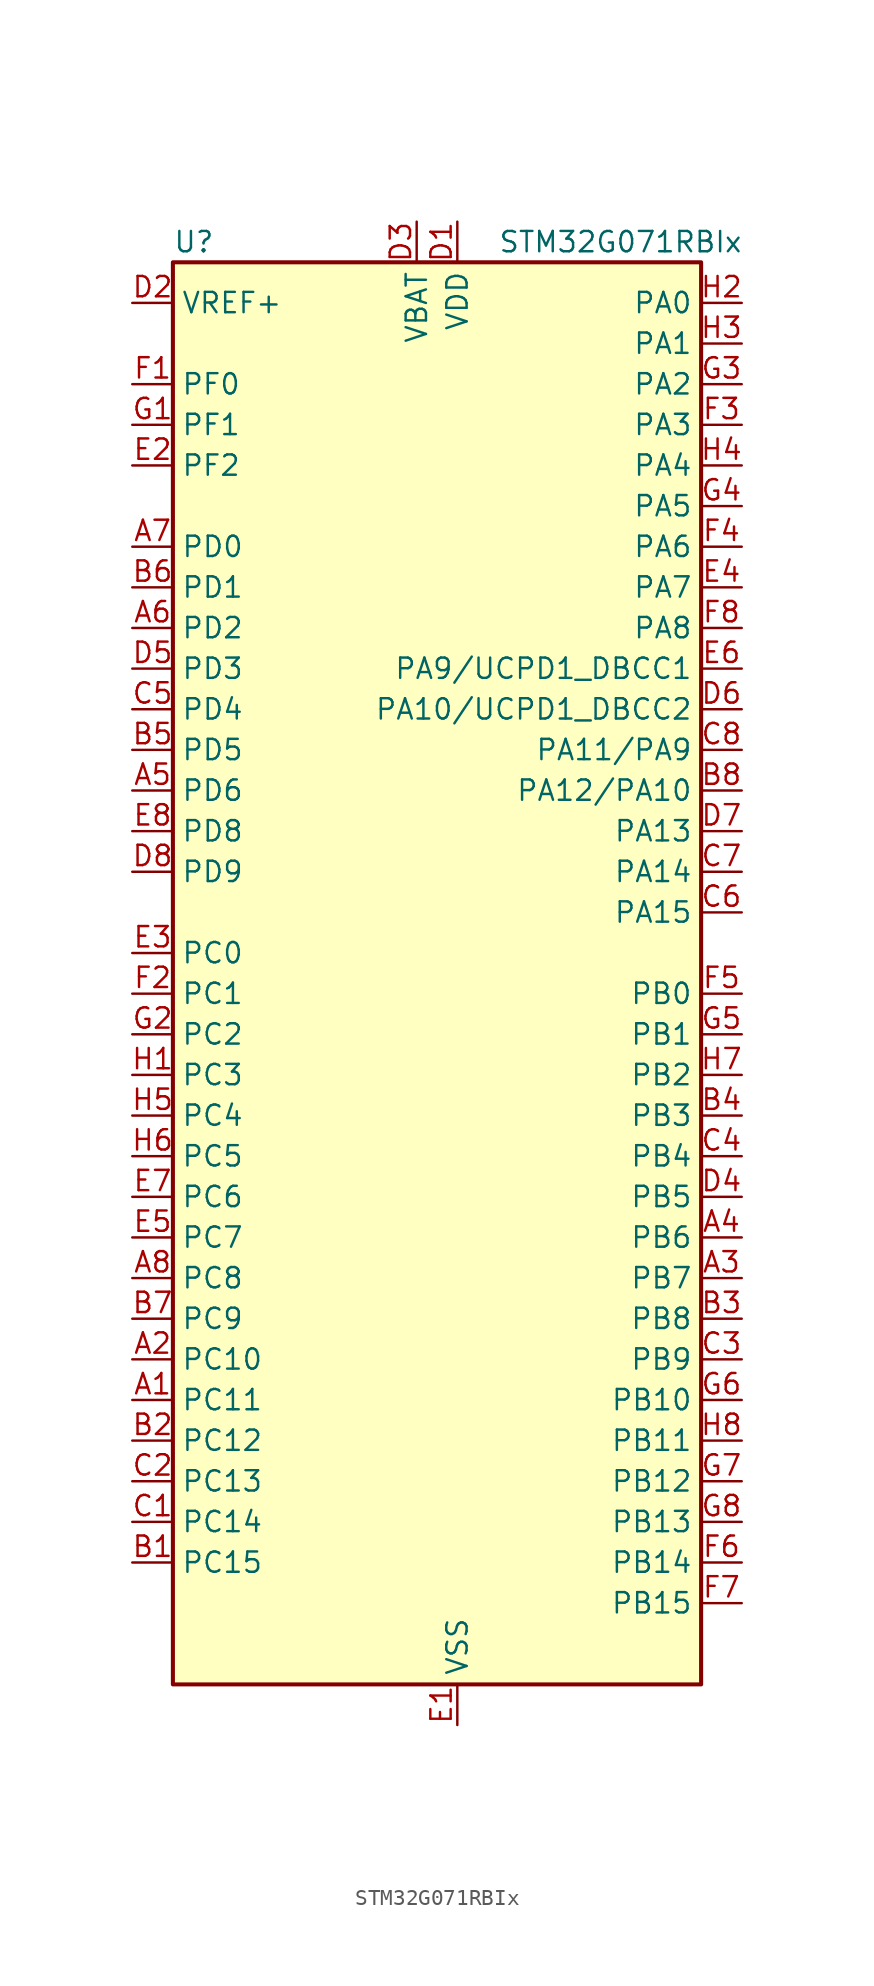
<source format=kicad_sym>
(kicad_symbol_lib
  (version 20211014)
  (generator kicad-library-utils)
  (symbol "STM32G071RBIx"
    (property "Reference" "U"
      (at -15.24 46.99 0)
      (effects (font (size 1.27 1.27)) (justify left)))
    (property "Value" "STM32G071RBIx"
      (at 5.08 46.99 0)
      (effects (font (size 1.27 1.27)) (justify left)))
    (property "ki_fp_filters" "*UFBGA*5x5mm*Layout8x8*P0.5mm*"
      (at 0.0 0.0 0.0)
      (effects (font (size 1.27 1.27))))
    (symbol "STM32G071RBIx_0_1"
      (rectangle (start -15.24 -43.18) (end 17.78 45.72) (stroke (width 0.254)) (fill (type background))))
    (symbol "STM32G071RBIx_1_1"
      (pin input line (at -17.78 43.18 0) (length 2.54) (name "VREF+" (effects (font (size 1.27 1.27)))) (number "D2" (effects (font (size 1.27 1.27)))) (alternate "VREFBUF_OUT" bidirectional line))
      (pin bidirectional line (at -17.78 38.1 0) (length 2.54) (name "PF0" (effects (font (size 1.27 1.27)))) (number "F1" (effects (font (size 1.27 1.27)))) (alternate "RCC_OSC_IN" bidirectional line) (alternate "TIM14_CH1" bidirectional line))
      (pin bidirectional line (at -17.78 35.56 0) (length 2.54) (name "PF1" (effects (font (size 1.27 1.27)))) (number "G1" (effects (font (size 1.27 1.27)))) (alternate "RCC_OSC_EN" bidirectional line) (alternate "RCC_OSC_OUT" bidirectional line) (alternate "TIM15_CH1N" bidirectional line))
      (pin bidirectional line (at -17.78 33.02 0) (length 2.54) (name "PF2" (effects (font (size 1.27 1.27)))) (number "E2" (effects (font (size 1.27 1.27)))) (alternate "RCC_MCO" bidirectional line))
      (pin bidirectional line (at -17.78 27.94 0) (length 2.54) (name "PD0" (effects (font (size 1.27 1.27)))) (number "A7" (effects (font (size 1.27 1.27)))) (alternate "SPI2_NSS" bidirectional line) (alternate "TIM16_CH1" bidirectional line) (alternate "UCPD2_CC1" bidirectional line))
      (pin bidirectional line (at -17.78 25.4 0) (length 2.54) (name "PD1" (effects (font (size 1.27 1.27)))) (number "B6" (effects (font (size 1.27 1.27)))) (alternate "SPI2_SCK" bidirectional line) (alternate "TIM17_CH1" bidirectional line) (alternate "UCPD2_DBCC1" bidirectional line))
      (pin bidirectional line (at -17.78 22.86 0) (length 2.54) (name "PD2" (effects (font (size 1.27 1.27)))) (number "A6" (effects (font (size 1.27 1.27)))) (alternate "TIM1_CH1N" bidirectional line) (alternate "TIM3_ETR" bidirectional line) (alternate "UCPD2_CC2" bidirectional line) (alternate "USART3_CK" bidirectional line) (alternate "USART3_DE" bidirectional line) (alternate "USART3_RTS" bidirectional line))
      (pin bidirectional line (at -17.78 20.32 0) (length 2.54) (name "PD3" (effects (font (size 1.27 1.27)))) (number "D5" (effects (font (size 1.27 1.27)))) (alternate "SPI2_MISO" bidirectional line) (alternate "TIM1_CH2N" bidirectional line) (alternate "UCPD2_DBCC2" bidirectional line) (alternate "USART2_CTS" bidirectional line) (alternate "USART2_NSS" bidirectional line))
      (pin bidirectional line (at -17.78 17.78 0) (length 2.54) (name "PD4" (effects (font (size 1.27 1.27)))) (number "C5" (effects (font (size 1.27 1.27)))) (alternate "SPI2_MOSI" bidirectional line) (alternate "TIM1_CH3N" bidirectional line) (alternate "USART2_CK" bidirectional line) (alternate "USART2_DE" bidirectional line) (alternate "USART2_RTS" bidirectional line))
      (pin bidirectional line (at -17.78 15.24 0) (length 2.54) (name "PD5" (effects (font (size 1.27 1.27)))) (number "B5" (effects (font (size 1.27 1.27)))) (alternate "I2S1_MCK" bidirectional line) (alternate "SPI1_MISO" bidirectional line) (alternate "TIM1_BK" bidirectional line) (alternate "USART2_TX" bidirectional line))
      (pin bidirectional line (at -17.78 12.7 0) (length 2.54) (name "PD6" (effects (font (size 1.27 1.27)))) (number "A5" (effects (font (size 1.27 1.27)))) (alternate "I2S1_SD" bidirectional line) (alternate "LPTIM2_OUT" bidirectional line) (alternate "SPI1_MOSI" bidirectional line) (alternate "USART2_RX" bidirectional line))
      (pin bidirectional line (at -17.78 10.16 0) (length 2.54) (name "PD8" (effects (font (size 1.27 1.27)))) (number "E8" (effects (font (size 1.27 1.27)))) (alternate "I2S1_CK" bidirectional line) (alternate "LPTIM1_OUT" bidirectional line) (alternate "SPI1_SCK" bidirectional line) (alternate "USART3_TX" bidirectional line))
      (pin bidirectional line (at -17.78 7.62 0) (length 2.54) (name "PD9" (effects (font (size 1.27 1.27)))) (number "D8" (effects (font (size 1.27 1.27)))) (alternate "DAC1_EXTI9" bidirectional line) (alternate "I2S1_WS" bidirectional line) (alternate "SPI1_NSS" bidirectional line) (alternate "TIM1_BK2" bidirectional line) (alternate "USART3_RX" bidirectional line))
      (pin bidirectional line (at -17.78 2.54 0) (length 2.54) (name "PC0" (effects (font (size 1.27 1.27)))) (number "E3" (effects (font (size 1.27 1.27)))) (alternate "LPTIM1_IN1" bidirectional line) (alternate "LPTIM2_IN1" bidirectional line) (alternate "LPUART1_RX" bidirectional line))
      (pin bidirectional line (at -17.78 0.0 0) (length 2.54) (name "PC1" (effects (font (size 1.27 1.27)))) (number "F2" (effects (font (size 1.27 1.27)))) (alternate "LPTIM1_OUT" bidirectional line) (alternate "LPUART1_TX" bidirectional line) (alternate "TIM15_CH1" bidirectional line))
      (pin bidirectional line (at -17.78 -2.54 0) (length 2.54) (name "PC2" (effects (font (size 1.27 1.27)))) (number "G2" (effects (font (size 1.27 1.27)))) (alternate "LPTIM1_IN2" bidirectional line) (alternate "SPI2_MISO" bidirectional line) (alternate "TIM15_CH2" bidirectional line))
      (pin bidirectional line (at -17.78 -5.08 0) (length 2.54) (name "PC3" (effects (font (size 1.27 1.27)))) (number "H1" (effects (font (size 1.27 1.27)))) (alternate "LPTIM1_ETR" bidirectional line) (alternate "LPTIM2_ETR" bidirectional line) (alternate "SPI2_MOSI" bidirectional line))
      (pin bidirectional line (at -17.78 -7.62 0) (length 2.54) (name "PC4" (effects (font (size 1.27 1.27)))) (number "H5" (effects (font (size 1.27 1.27)))) (alternate "ADC1_IN17" bidirectional line) (alternate "COMP1_INM" bidirectional line) (alternate "TIM2_CH1" bidirectional line) (alternate "TIM2_ETR" bidirectional line) (alternate "USART1_TX" bidirectional line) (alternate "USART3_TX" bidirectional line))
      (pin bidirectional line (at -17.78 -10.16 0) (length 2.54) (name "PC5" (effects (font (size 1.27 1.27)))) (number "H6" (effects (font (size 1.27 1.27)))) (alternate "ADC1_IN18" bidirectional line) (alternate "COMP1_INP" bidirectional line) (alternate "SYS_WKUP5" bidirectional line) (alternate "TIM2_CH2" bidirectional line) (alternate "USART1_RX" bidirectional line) (alternate "USART3_RX" bidirectional line))
      (pin bidirectional line (at -17.78 -12.7 0) (length 2.54) (name "PC6" (effects (font (size 1.27 1.27)))) (number "E7" (effects (font (size 1.27 1.27)))) (alternate "TIM2_CH3" bidirectional line) (alternate "TIM3_CH1" bidirectional line) (alternate "UCPD1_FRSTX1" bidirectional line) (alternate "UCPD1_FRSTX2" bidirectional line))
      (pin bidirectional line (at -17.78 -15.24 0) (length 2.54) (name "PC7" (effects (font (size 1.27 1.27)))) (number "E5" (effects (font (size 1.27 1.27)))) (alternate "TIM2_CH4" bidirectional line) (alternate "TIM3_CH2" bidirectional line) (alternate "UCPD2_FRSTX1" bidirectional line) (alternate "UCPD2_FRSTX2" bidirectional line))
      (pin bidirectional line (at -17.78 -17.78 0) (length 2.54) (name "PC8" (effects (font (size 1.27 1.27)))) (number "A8" (effects (font (size 1.27 1.27)))) (alternate "TIM1_CH1" bidirectional line) (alternate "TIM3_CH3" bidirectional line) (alternate "UCPD2_FRSTX1" bidirectional line) (alternate "UCPD2_FRSTX2" bidirectional line))
      (pin bidirectional line (at -17.78 -20.32 0) (length 2.54) (name "PC9" (effects (font (size 1.27 1.27)))) (number "B7" (effects (font (size 1.27 1.27)))) (alternate "DAC1_EXTI9" bidirectional line) (alternate "I2S_CKIN" bidirectional line) (alternate "TIM1_CH2" bidirectional line) (alternate "TIM3_CH4" bidirectional line))
      (pin bidirectional line (at -17.78 -22.86 0) (length 2.54) (name "PC10" (effects (font (size 1.27 1.27)))) (number "A2" (effects (font (size 1.27 1.27)))) (alternate "TIM1_CH3" bidirectional line) (alternate "USART3_TX" bidirectional line) (alternate "USART4_TX" bidirectional line))
      (pin bidirectional line (at -17.78 -25.4 0) (length 2.54) (name "PC11" (effects (font (size 1.27 1.27)))) (number "A1" (effects (font (size 1.27 1.27)))) (alternate "ADC1_EXTI11" bidirectional line) (alternate "TIM1_CH4" bidirectional line) (alternate "USART3_RX" bidirectional line) (alternate "USART4_RX" bidirectional line))
      (pin bidirectional line (at -17.78 -27.94 0) (length 2.54) (name "PC12" (effects (font (size 1.27 1.27)))) (number "B2" (effects (font (size 1.27 1.27)))) (alternate "LPTIM1_IN1" bidirectional line) (alternate "TIM14_CH1" bidirectional line) (alternate "UCPD1_FRSTX1" bidirectional line) (alternate "UCPD1_FRSTX2" bidirectional line))
      (pin bidirectional line (at -17.78 -30.48 0) (length 2.54) (name "PC13" (effects (font (size 1.27 1.27)))) (number "C2" (effects (font (size 1.27 1.27)))) (alternate "RTC_OUT_ALARM" bidirectional line) (alternate "RTC_OUT_CALIB" bidirectional line) (alternate "RTC_TAMP_IN1" bidirectional line) (alternate "RTC_TS" bidirectional line) (alternate "SYS_WKUP2" bidirectional line) (alternate "TIM1_BK" bidirectional line))
      (pin bidirectional line (at -17.78 -33.02 0) (length 2.54) (name "PC14" (effects (font (size 1.27 1.27)))) (number "C1" (effects (font (size 1.27 1.27)))) (alternate "RCC_OSC32_IN" bidirectional line) (alternate "TIM1_BK2" bidirectional line))
      (pin bidirectional line (at -17.78 -35.56 0) (length 2.54) (name "PC15" (effects (font (size 1.27 1.27)))) (number "B1" (effects (font (size 1.27 1.27)))) (alternate "RCC_OSC32_EN" bidirectional line) (alternate "RCC_OSC32_OUT" bidirectional line) (alternate "RCC_OSC_EN" bidirectional line) (alternate "TIM15_BK" bidirectional line))
      (pin bidirectional line (at 20.32 43.18 180) (length 2.54) (name "PA0" (effects (font (size 1.27 1.27)))) (number "H2" (effects (font (size 1.27 1.27)))) (alternate "ADC1_IN0" bidirectional line) (alternate "COMP1_INM" bidirectional line) (alternate "COMP1_OUT" bidirectional line) (alternate "LPTIM1_OUT" bidirectional line) (alternate "RTC_TAMP_IN2" bidirectional line) (alternate "SPI2_SCK" bidirectional line) (alternate "SYS_WKUP1" bidirectional line) (alternate "TIM2_CH1" bidirectional line) (alternate "TIM2_ETR" bidirectional line) (alternate "UCPD2_FRSTX1" bidirectional line) (alternate "UCPD2_FRSTX2" bidirectional line) (alternate "USART2_CTS" bidirectional line) (alternate "USART2_NSS" bidirectional line) (alternate "USART4_TX" bidirectional line))
      (pin bidirectional line (at 20.32 40.64 180) (length 2.54) (name "PA1" (effects (font (size 1.27 1.27)))) (number "H3" (effects (font (size 1.27 1.27)))) (alternate "ADC1_IN1" bidirectional line) (alternate "COMP1_INP" bidirectional line) (alternate "I2C1_SMBA" bidirectional line) (alternate "I2S1_CK" bidirectional line) (alternate "SPI1_SCK" bidirectional line) (alternate "TIM15_CH1N" bidirectional line) (alternate "TIM2_CH2" bidirectional line) (alternate "USART2_CK" bidirectional line) (alternate "USART2_DE" bidirectional line) (alternate "USART2_RTS" bidirectional line) (alternate "USART4_RX" bidirectional line))
      (pin bidirectional line (at 20.32 38.1 180) (length 2.54) (name "PA2" (effects (font (size 1.27 1.27)))) (number "G3" (effects (font (size 1.27 1.27)))) (alternate "ADC1_IN2" bidirectional line) (alternate "COMP2_INM" bidirectional line) (alternate "COMP2_OUT" bidirectional line) (alternate "I2S1_SD" bidirectional line) (alternate "LPUART1_TX" bidirectional line) (alternate "RCC_LSCO" bidirectional line) (alternate "SPI1_MOSI" bidirectional line) (alternate "SYS_WKUP4" bidirectional line) (alternate "TIM15_CH1" bidirectional line) (alternate "TIM2_CH3" bidirectional line) (alternate "UCPD1_FRSTX1" bidirectional line) (alternate "UCPD1_FRSTX2" bidirectional line) (alternate "USART2_TX" bidirectional line))
      (pin bidirectional line (at 20.32 35.56 180) (length 2.54) (name "PA3" (effects (font (size 1.27 1.27)))) (number "F3" (effects (font (size 1.27 1.27)))) (alternate "ADC1_IN3" bidirectional line) (alternate "COMP2_INP" bidirectional line) (alternate "LPUART1_RX" bidirectional line) (alternate "SPI2_MISO" bidirectional line) (alternate "TIM15_CH2" bidirectional line) (alternate "TIM2_CH4" bidirectional line) (alternate "UCPD2_FRSTX1" bidirectional line) (alternate "UCPD2_FRSTX2" bidirectional line) (alternate "USART2_RX" bidirectional line))
      (pin bidirectional line (at 20.32 33.02 180) (length 2.54) (name "PA4" (effects (font (size 1.27 1.27)))) (number "H4" (effects (font (size 1.27 1.27)))) (alternate "ADC1_IN4" bidirectional line) (alternate "DAC1_OUT1" bidirectional line) (alternate "I2S1_WS" bidirectional line) (alternate "LPTIM2_OUT" bidirectional line) (alternate "RTC_OUT_ALARM" bidirectional line) (alternate "RTC_OUT_CALIB" bidirectional line) (alternate "SPI1_NSS" bidirectional line) (alternate "SPI2_MOSI" bidirectional line) (alternate "TIM14_CH1" bidirectional line) (alternate "UCPD2_FRSTX1" bidirectional line) (alternate "UCPD2_FRSTX2" bidirectional line))
      (pin bidirectional line (at 20.32 30.48 180) (length 2.54) (name "PA5" (effects (font (size 1.27 1.27)))) (number "G4" (effects (font (size 1.27 1.27)))) (alternate "ADC1_IN5" bidirectional line) (alternate "CEC" bidirectional line) (alternate "DAC1_OUT2" bidirectional line) (alternate "I2S1_CK" bidirectional line) (alternate "LPTIM2_ETR" bidirectional line) (alternate "SPI1_SCK" bidirectional line) (alternate "TIM2_CH1" bidirectional line) (alternate "TIM2_ETR" bidirectional line) (alternate "UCPD1_FRSTX1" bidirectional line) (alternate "UCPD1_FRSTX2" bidirectional line) (alternate "USART3_TX" bidirectional line))
      (pin bidirectional line (at 20.32 27.94 180) (length 2.54) (name "PA6" (effects (font (size 1.27 1.27)))) (number "F4" (effects (font (size 1.27 1.27)))) (alternate "ADC1_IN6" bidirectional line) (alternate "COMP1_OUT" bidirectional line) (alternate "I2S1_MCK" bidirectional line) (alternate "LPUART1_CTS" bidirectional line) (alternate "SPI1_MISO" bidirectional line) (alternate "TIM16_CH1" bidirectional line) (alternate "TIM1_BK" bidirectional line) (alternate "TIM3_CH1" bidirectional line) (alternate "USART3_CTS" bidirectional line) (alternate "USART3_NSS" bidirectional line))
      (pin bidirectional line (at 20.32 25.4 180) (length 2.54) (name "PA7" (effects (font (size 1.27 1.27)))) (number "E4" (effects (font (size 1.27 1.27)))) (alternate "ADC1_IN7" bidirectional line) (alternate "COMP2_OUT" bidirectional line) (alternate "I2S1_SD" bidirectional line) (alternate "SPI1_MOSI" bidirectional line) (alternate "TIM14_CH1" bidirectional line) (alternate "TIM17_CH1" bidirectional line) (alternate "TIM1_CH1N" bidirectional line) (alternate "TIM3_CH2" bidirectional line) (alternate "UCPD1_FRSTX1" bidirectional line) (alternate "UCPD1_FRSTX2" bidirectional line))
      (pin bidirectional line (at 20.32 22.86 180) (length 2.54) (name "PA8" (effects (font (size 1.27 1.27)))) (number "F8" (effects (font (size 1.27 1.27)))) (alternate "LPTIM2_OUT" bidirectional line) (alternate "RCC_MCO" bidirectional line) (alternate "SPI2_NSS" bidirectional line) (alternate "TIM1_CH1" bidirectional line) (alternate "UCPD1_CC1" bidirectional line))
      (pin bidirectional line (at 20.32 20.32 180) (length 2.54) (name "PA9/UCPD1_DBCC1" (effects (font (size 1.27 1.27)))) (number "E6" (effects (font (size 1.27 1.27)))) (alternate "DAC1_EXTI9" bidirectional line) (alternate "I2C1_SCL" bidirectional line) (alternate "RCC_MCO" bidirectional line) (alternate "SPI2_MISO" bidirectional line) (alternate "TIM15_BK" bidirectional line) (alternate "TIM1_CH2" bidirectional line) (alternate "UCPD1_DBCC1" bidirectional line) (alternate "USART1_TX" bidirectional line))
      (pin bidirectional line (at 20.32 17.78 180) (length 2.54) (name "PA10/UCPD1_DBCC2" (effects (font (size 1.27 1.27)))) (number "D6" (effects (font (size 1.27 1.27)))) (alternate "I2C1_SDA" bidirectional line) (alternate "SPI2_MOSI" bidirectional line) (alternate "TIM17_BK" bidirectional line) (alternate "TIM1_CH3" bidirectional line) (alternate "UCPD1_DBCC2" bidirectional line) (alternate "USART1_RX" bidirectional line))
      (pin bidirectional line (at 20.32 15.24 180) (length 2.54) (name "PA11/PA9" (effects (font (size 1.27 1.27)))) (number "C8" (effects (font (size 1.27 1.27)))) (alternate "ADC1_EXTI11" bidirectional line) (alternate "COMP1_OUT" bidirectional line) (alternate "I2C2_SCL" bidirectional line) (alternate "I2S1_MCK" bidirectional line) (alternate "SPI1_MISO" bidirectional line) (alternate "TIM1_BK2" bidirectional line) (alternate "TIM1_CH4" bidirectional line) (alternate "USART1_CTS" bidirectional line) (alternate "USART1_NSS" bidirectional line))
      (pin bidirectional line (at 20.32 12.7 180) (length 2.54) (name "PA12/PA10" (effects (font (size 1.27 1.27)))) (number "B8" (effects (font (size 1.27 1.27)))) (alternate "COMP2_OUT" bidirectional line) (alternate "I2C2_SDA" bidirectional line) (alternate "I2S1_SD" bidirectional line) (alternate "I2S_CKIN" bidirectional line) (alternate "SPI1_MOSI" bidirectional line) (alternate "TIM1_ETR" bidirectional line) (alternate "USART1_CK" bidirectional line) (alternate "USART1_DE" bidirectional line) (alternate "USART1_RTS" bidirectional line))
      (pin bidirectional line (at 20.32 10.16 180) (length 2.54) (name "PA13" (effects (font (size 1.27 1.27)))) (number "D7" (effects (font (size 1.27 1.27)))) (alternate "IR_OUT" bidirectional line) (alternate "SYS_SWDIO" bidirectional line))
      (pin bidirectional line (at 20.32 7.62 180) (length 2.54) (name "PA14" (effects (font (size 1.27 1.27)))) (number "C7" (effects (font (size 1.27 1.27)))) (alternate "SYS_SWCLK" bidirectional line) (alternate "USART2_TX" bidirectional line))
      (pin bidirectional line (at 20.32 5.08 180) (length 2.54) (name "PA15" (effects (font (size 1.27 1.27)))) (number "C6" (effects (font (size 1.27 1.27)))) (alternate "I2S1_WS" bidirectional line) (alternate "SPI1_NSS" bidirectional line) (alternate "TIM2_CH1" bidirectional line) (alternate "TIM2_ETR" bidirectional line) (alternate "USART2_RX" bidirectional line) (alternate "USART3_CK" bidirectional line) (alternate "USART3_DE" bidirectional line) (alternate "USART3_RTS" bidirectional line) (alternate "USART4_CK" bidirectional line) (alternate "USART4_DE" bidirectional line) (alternate "USART4_RTS" bidirectional line))
      (pin bidirectional line (at 20.32 0.0 180) (length 2.54) (name "PB0" (effects (font (size 1.27 1.27)))) (number "F5" (effects (font (size 1.27 1.27)))) (alternate "ADC1_IN8" bidirectional line) (alternate "COMP1_OUT" bidirectional line) (alternate "I2S1_WS" bidirectional line) (alternate "LPTIM1_OUT" bidirectional line) (alternate "SPI1_NSS" bidirectional line) (alternate "TIM1_CH2N" bidirectional line) (alternate "TIM3_CH3" bidirectional line) (alternate "UCPD1_FRSTX1" bidirectional line) (alternate "UCPD1_FRSTX2" bidirectional line) (alternate "USART3_RX" bidirectional line))
      (pin bidirectional line (at 20.32 -2.54 180) (length 2.54) (name "PB1" (effects (font (size 1.27 1.27)))) (number "G5" (effects (font (size 1.27 1.27)))) (alternate "ADC1_IN9" bidirectional line) (alternate "COMP1_INM" bidirectional line) (alternate "LPTIM2_IN1" bidirectional line) (alternate "LPUART1_DE" bidirectional line) (alternate "LPUART1_RTS" bidirectional line) (alternate "TIM14_CH1" bidirectional line) (alternate "TIM1_CH3N" bidirectional line) (alternate "TIM3_CH4" bidirectional line) (alternate "USART3_CK" bidirectional line) (alternate "USART3_DE" bidirectional line) (alternate "USART3_RTS" bidirectional line))
      (pin bidirectional line (at 20.32 -5.08 180) (length 2.54) (name "PB2" (effects (font (size 1.27 1.27)))) (number "H7" (effects (font (size 1.27 1.27)))) (alternate "ADC1_IN10" bidirectional line) (alternate "COMP1_INP" bidirectional line) (alternate "LPTIM1_OUT" bidirectional line) (alternate "SPI2_MISO" bidirectional line) (alternate "USART3_TX" bidirectional line))
      (pin bidirectional line (at 20.32 -7.62 180) (length 2.54) (name "PB3" (effects (font (size 1.27 1.27)))) (number "B4" (effects (font (size 1.27 1.27)))) (alternate "COMP2_INM" bidirectional line) (alternate "I2S1_CK" bidirectional line) (alternate "SPI1_SCK" bidirectional line) (alternate "TIM1_CH2" bidirectional line) (alternate "TIM2_CH2" bidirectional line) (alternate "USART1_CK" bidirectional line) (alternate "USART1_DE" bidirectional line) (alternate "USART1_RTS" bidirectional line))
      (pin bidirectional line (at 20.32 -10.16 180) (length 2.54) (name "PB4" (effects (font (size 1.27 1.27)))) (number "C4" (effects (font (size 1.27 1.27)))) (alternate "COMP2_INP" bidirectional line) (alternate "I2S1_MCK" bidirectional line) (alternate "SPI1_MISO" bidirectional line) (alternate "TIM17_BK" bidirectional line) (alternate "TIM3_CH1" bidirectional line) (alternate "USART1_CTS" bidirectional line) (alternate "USART1_NSS" bidirectional line))
      (pin bidirectional line (at 20.32 -12.7 180) (length 2.54) (name "PB5" (effects (font (size 1.27 1.27)))) (number "D4" (effects (font (size 1.27 1.27)))) (alternate "COMP2_OUT" bidirectional line) (alternate "I2C1_SMBA" bidirectional line) (alternate "I2S1_SD" bidirectional line) (alternate "LPTIM1_IN1" bidirectional line) (alternate "SPI1_MOSI" bidirectional line) (alternate "SYS_WKUP6" bidirectional line) (alternate "TIM16_BK" bidirectional line) (alternate "TIM3_CH2" bidirectional line))
      (pin bidirectional line (at 20.32 -15.24 180) (length 2.54) (name "PB6" (effects (font (size 1.27 1.27)))) (number "A4" (effects (font (size 1.27 1.27)))) (alternate "COMP2_INP" bidirectional line) (alternate "I2C1_SCL" bidirectional line) (alternate "LPTIM1_ETR" bidirectional line) (alternate "SPI2_MISO" bidirectional line) (alternate "TIM16_CH1N" bidirectional line) (alternate "TIM1_CH3" bidirectional line) (alternate "USART1_TX" bidirectional line))
      (pin bidirectional line (at 20.32 -17.78 180) (length 2.54) (name "PB7" (effects (font (size 1.27 1.27)))) (number "A3" (effects (font (size 1.27 1.27)))) (alternate "COMP2_INM" bidirectional line) (alternate "I2C1_SDA" bidirectional line) (alternate "LPTIM1_IN2" bidirectional line) (alternate "SPI2_MOSI" bidirectional line) (alternate "SYS_PVD_IN" bidirectional line) (alternate "TIM17_CH1N" bidirectional line) (alternate "USART1_RX" bidirectional line) (alternate "USART4_CTS" bidirectional line) (alternate "USART4_NSS" bidirectional line))
      (pin bidirectional line (at 20.32 -20.32 180) (length 2.54) (name "PB8" (effects (font (size 1.27 1.27)))) (number "B3" (effects (font (size 1.27 1.27)))) (alternate "CEC" bidirectional line) (alternate "I2C1_SCL" bidirectional line) (alternate "SPI2_SCK" bidirectional line) (alternate "TIM15_BK" bidirectional line) (alternate "TIM16_CH1" bidirectional line) (alternate "USART3_TX" bidirectional line))
      (pin bidirectional line (at 20.32 -22.86 180) (length 2.54) (name "PB9" (effects (font (size 1.27 1.27)))) (number "C3" (effects (font (size 1.27 1.27)))) (alternate "DAC1_EXTI9" bidirectional line) (alternate "I2C1_SDA" bidirectional line) (alternate "IR_OUT" bidirectional line) (alternate "SPI2_NSS" bidirectional line) (alternate "TIM17_CH1" bidirectional line) (alternate "UCPD2_FRSTX1" bidirectional line) (alternate "UCPD2_FRSTX2" bidirectional line) (alternate "USART3_RX" bidirectional line))
      (pin bidirectional line (at 20.32 -25.4 180) (length 2.54) (name "PB10" (effects (font (size 1.27 1.27)))) (number "G6" (effects (font (size 1.27 1.27)))) (alternate "ADC1_IN11" bidirectional line) (alternate "CEC" bidirectional line) (alternate "COMP1_OUT" bidirectional line) (alternate "I2C2_SCL" bidirectional line) (alternate "LPUART1_RX" bidirectional line) (alternate "SPI2_SCK" bidirectional line) (alternate "TIM2_CH3" bidirectional line) (alternate "USART3_TX" bidirectional line))
      (pin bidirectional line (at 20.32 -27.94 180) (length 2.54) (name "PB11" (effects (font (size 1.27 1.27)))) (number "H8" (effects (font (size 1.27 1.27)))) (alternate "ADC1_EXTI11" bidirectional line) (alternate "ADC1_IN15" bidirectional line) (alternate "COMP2_OUT" bidirectional line) (alternate "I2C2_SDA" bidirectional line) (alternate "LPUART1_TX" bidirectional line) (alternate "SPI2_MOSI" bidirectional line) (alternate "TIM2_CH4" bidirectional line) (alternate "USART3_RX" bidirectional line))
      (pin bidirectional line (at 20.32 -30.48 180) (length 2.54) (name "PB12" (effects (font (size 1.27 1.27)))) (number "G7" (effects (font (size 1.27 1.27)))) (alternate "ADC1_IN16" bidirectional line) (alternate "LPUART1_DE" bidirectional line) (alternate "LPUART1_RTS" bidirectional line) (alternate "SPI2_NSS" bidirectional line) (alternate "TIM15_BK" bidirectional line) (alternate "TIM1_BK" bidirectional line) (alternate "UCPD2_FRSTX1" bidirectional line) (alternate "UCPD2_FRSTX2" bidirectional line))
      (pin bidirectional line (at 20.32 -33.02 180) (length 2.54) (name "PB13" (effects (font (size 1.27 1.27)))) (number "G8" (effects (font (size 1.27 1.27)))) (alternate "I2C2_SCL" bidirectional line) (alternate "LPUART1_CTS" bidirectional line) (alternate "SPI2_SCK" bidirectional line) (alternate "TIM15_CH1N" bidirectional line) (alternate "TIM1_CH1N" bidirectional line) (alternate "USART3_CTS" bidirectional line) (alternate "USART3_NSS" bidirectional line))
      (pin bidirectional line (at 20.32 -35.56 180) (length 2.54) (name "PB14" (effects (font (size 1.27 1.27)))) (number "F6" (effects (font (size 1.27 1.27)))) (alternate "I2C2_SDA" bidirectional line) (alternate "SPI2_MISO" bidirectional line) (alternate "TIM15_CH1" bidirectional line) (alternate "TIM1_CH2N" bidirectional line) (alternate "UCPD1_FRSTX1" bidirectional line) (alternate "UCPD1_FRSTX2" bidirectional line) (alternate "USART3_CK" bidirectional line) (alternate "USART3_DE" bidirectional line) (alternate "USART3_RTS" bidirectional line))
      (pin bidirectional line (at 20.32 -38.1 180) (length 2.54) (name "PB15" (effects (font (size 1.27 1.27)))) (number "F7" (effects (font (size 1.27 1.27)))) (alternate "RTC_REFIN" bidirectional line) (alternate "SPI2_MOSI" bidirectional line) (alternate "TIM15_CH1N" bidirectional line) (alternate "TIM15_CH2" bidirectional line) (alternate "TIM1_CH3N" bidirectional line) (alternate "UCPD1_CC2" bidirectional line))
      (pin power_in line (at 0.0 48.26 270) (length 2.54) (name "VBAT" (effects (font (size 1.27 1.27)))) (number "D3" (effects (font (size 1.27 1.27)))))
      (pin power_in line (at 2.54 48.26 270) (length 2.54) (name "VDD" (effects (font (size 1.27 1.27)))) (number "D1" (effects (font (size 1.27 1.27)))))
      (pin power_in line (at 2.54 -45.72 90) (length 2.54) (name "VSS" (effects (font (size 1.27 1.27)))) (number "E1" (effects (font (size 1.27 1.27))))))))
</source>
